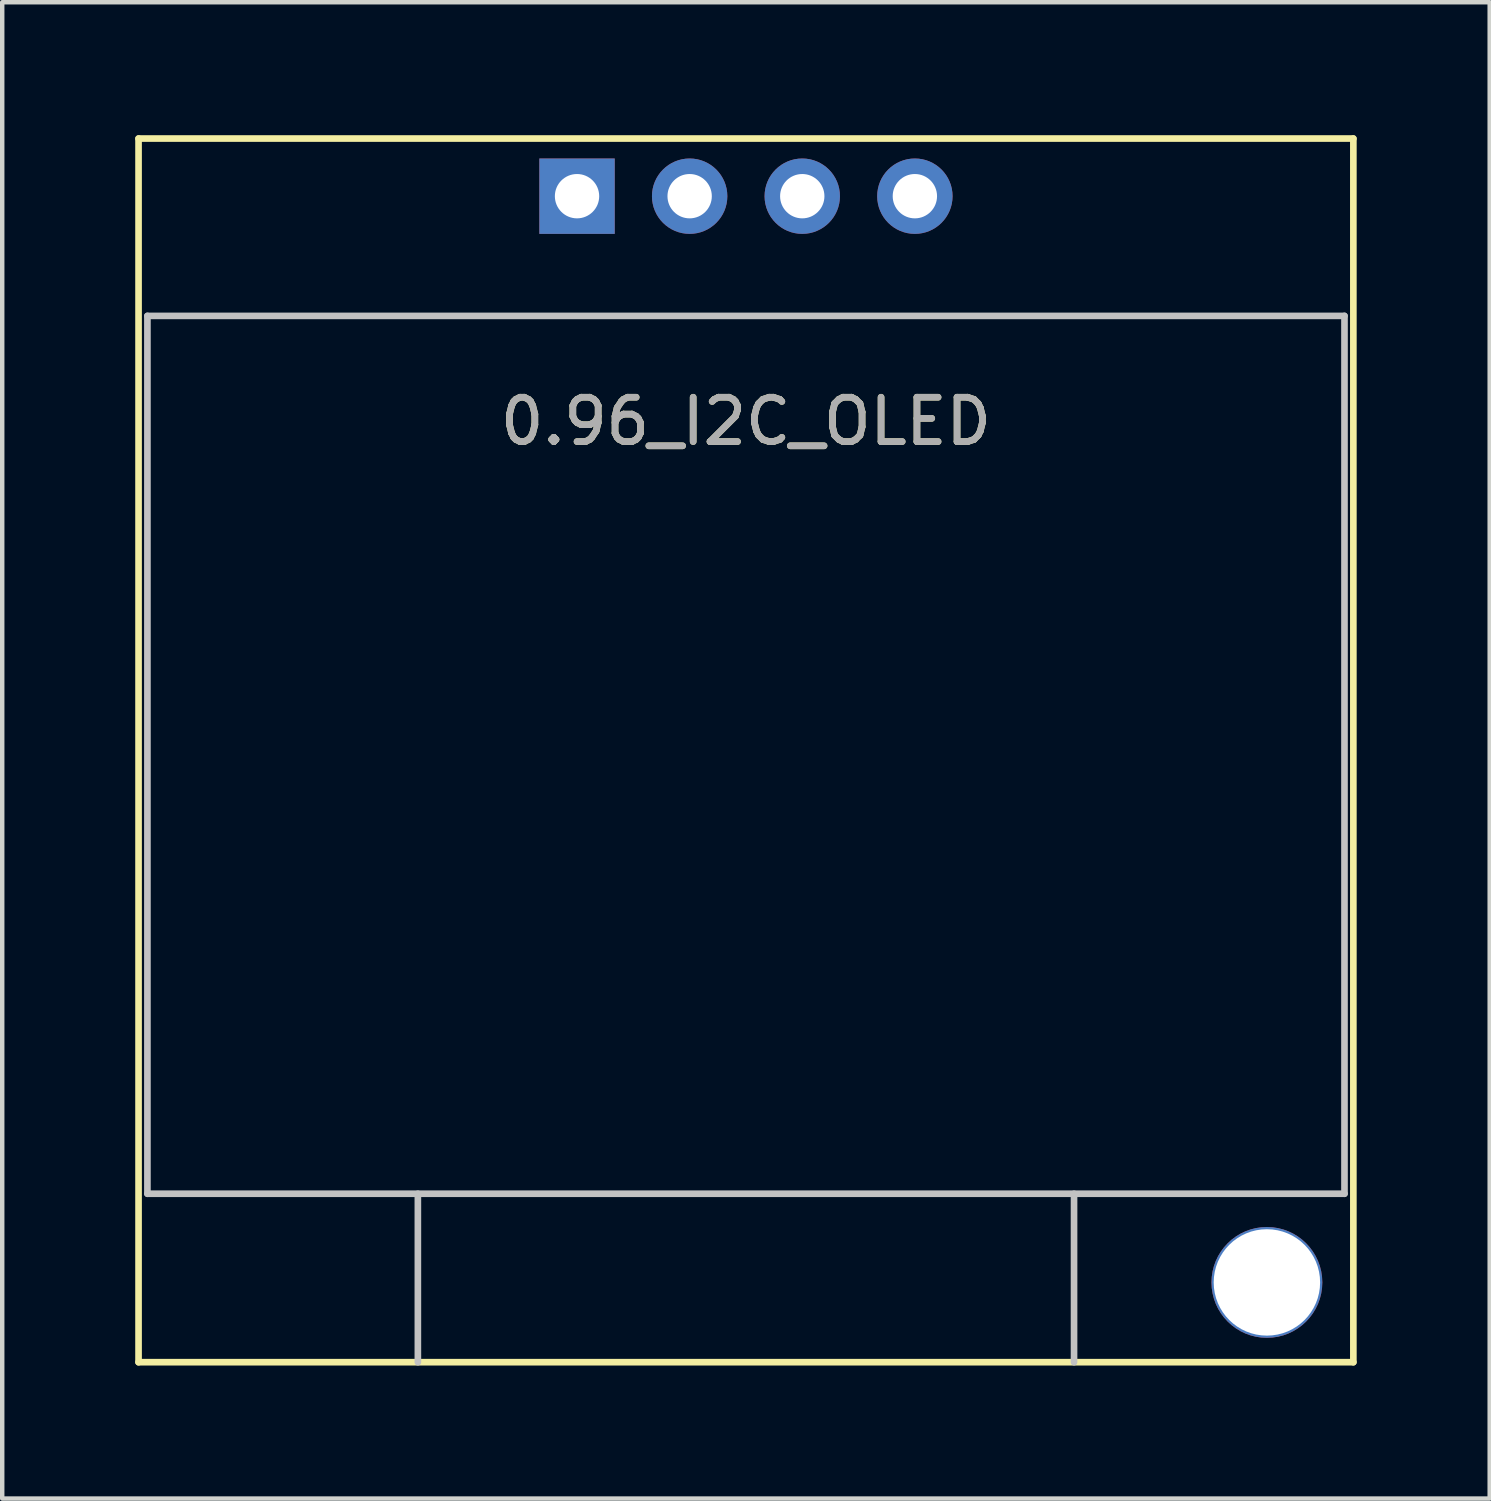
<source format=kicad_pcb>
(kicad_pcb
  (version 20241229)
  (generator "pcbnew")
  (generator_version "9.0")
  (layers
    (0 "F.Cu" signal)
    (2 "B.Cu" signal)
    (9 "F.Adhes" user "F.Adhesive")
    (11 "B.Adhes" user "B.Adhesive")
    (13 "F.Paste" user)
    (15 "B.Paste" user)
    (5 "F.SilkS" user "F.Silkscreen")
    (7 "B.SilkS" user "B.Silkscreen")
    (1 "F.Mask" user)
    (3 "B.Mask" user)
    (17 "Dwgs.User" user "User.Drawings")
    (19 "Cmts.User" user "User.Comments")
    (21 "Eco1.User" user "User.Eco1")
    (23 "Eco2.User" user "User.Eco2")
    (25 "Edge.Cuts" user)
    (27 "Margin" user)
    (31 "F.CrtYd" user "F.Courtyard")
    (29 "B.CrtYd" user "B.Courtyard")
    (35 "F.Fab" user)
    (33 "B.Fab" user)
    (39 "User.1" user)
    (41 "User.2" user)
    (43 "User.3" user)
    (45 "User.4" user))
  (footprint "0.96_I2C_OLED"
    (layer "F.Cu")
    (at 13.775 1.375)
    (property "Reference" "0.96_I2C_OLED" (at 0 5.08 180) (layer "F.SilkS") (effects (font (size 1 1) (thickness 0.15))))
    (attr through_hole)
    (fp_line (start -13.7 -1.3) (end -13.7 26.3) (stroke (width 0.15) (type solid)) (layer "F.SilkS"))
    (fp_line (start -13.7 -1.3) (end 13.7 -1.3) (stroke (width 0.15) (type solid)) (layer "F.SilkS"))
    (fp_line (start -13.7 26.3) (end 13.7 26.3) (stroke (width 0.15) (type solid)) (layer "F.SilkS"))
    (fp_line (start 13.7 26.3) (end 13.7 -1.3) (stroke (width 0.15) (type solid)) (layer "F.SilkS"))
    (fp_line (start -13.5 2.7) (end -13.5 22.5) (stroke (width 0.15) (type solid)) (layer "Dwgs.User"))
    (fp_line (start -13.5 22.5) (end 13.5 22.5) (stroke (width 0.15) (type solid)) (layer "Dwgs.User"))
    (fp_line (start -7.4 26.3) (end -7.4 22.5) (stroke (width 0.15) (type solid)) (layer "Dwgs.User"))
    (fp_line (start 7.4 22.5) (end 7.4 26.3) (stroke (width 0.15) (type solid)) (layer "Dwgs.User"))
    (fp_line (start 13.5 2.7) (end -13.5 2.7) (stroke (width 0.15) (type solid)) (layer "Dwgs.User"))
    (fp_line (start 13.5 22.5) (end 13.5 2.7) (stroke (width 0.15) (type solid)) (layer "Dwgs.User"))
    (fp_text user "${REFERENCE}" (at 0 5.08 180) (layer "F.Fab") (effects (font (size 1 1) (thickness 0.15))))
    (pad "" np_thru_hole circle (at 11.75 24.5) (size 2.5 2.5) (drill 2.4) (layers "*.Cu" "*.Mask"))
    (pad "1" thru_hole rect (at -3.81 0) (size 1.7 1.7) (drill 1) (layers "*.Cu" "*.Mask"))
    (pad "2" thru_hole circle (at -1.27 0) (size 1.7 1.7) (drill 1) (layers "*.Cu" "*.Mask"))
    (pad "3" thru_hole circle (at 1.27 0) (size 1.7 1.7) (drill 1) (layers "*.Cu" "*.Mask"))
    (pad "4" thru_hole circle (at 3.81 0) (size 1.7 1.7) (drill 1) (layers "*.Cu" "*.Mask")))
  (gr_rect
    (start -3 -3)
    (end 30.55 30.75)
    (stroke (width 0.1) (type default))
    (fill no)
    (layer "Edge.Cuts")))
</source>
